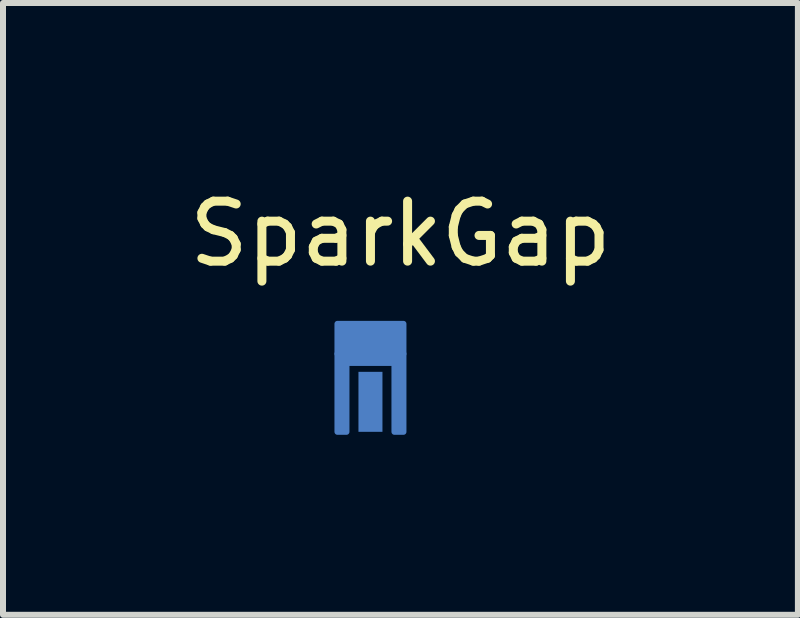
<source format=kicad_pcb>
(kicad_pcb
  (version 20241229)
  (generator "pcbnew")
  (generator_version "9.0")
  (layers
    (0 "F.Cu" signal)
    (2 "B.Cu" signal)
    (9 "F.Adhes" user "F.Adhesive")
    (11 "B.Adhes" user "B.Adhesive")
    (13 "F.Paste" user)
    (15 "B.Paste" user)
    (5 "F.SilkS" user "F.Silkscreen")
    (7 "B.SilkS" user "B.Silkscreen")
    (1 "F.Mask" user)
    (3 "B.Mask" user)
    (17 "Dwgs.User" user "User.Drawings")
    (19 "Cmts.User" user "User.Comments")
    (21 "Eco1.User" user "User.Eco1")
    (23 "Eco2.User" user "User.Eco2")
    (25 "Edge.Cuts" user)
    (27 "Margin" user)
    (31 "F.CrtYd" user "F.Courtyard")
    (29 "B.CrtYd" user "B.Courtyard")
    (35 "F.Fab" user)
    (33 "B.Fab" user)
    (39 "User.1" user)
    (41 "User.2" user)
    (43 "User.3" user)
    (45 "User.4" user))
  (footprint "SparkGap"
    (layer "F.Cu")
    (at 3.125 2.848)
    (property "Reference" "SparkGap" (at 0.5 -2 0) (layer "F.SilkS") (effects (font (size 1 1) (thickness 0.15))))
    (attr through_hole)
    (fp_poly (pts (xy -0.4 1.3) (xy -0.55 1.3) (xy -0.55 0) (xy -0.4 0)) (stroke (width 0.1) (type solid)) (fill yes) (layer "B.Cu"))
    (fp_poly (pts (xy 0.457 0.152) (xy -0.406 0.152) (xy -0.406 -0.051) (xy 0.457 -0.051)) (stroke (width 0.1) (type solid)) (fill yes) (layer "B.Cu"))
    (fp_poly (pts (xy 0.55 0) (xy -0.55 0) (xy -0.55 -0.5) (xy 0.55 -0.5)) (stroke (width 0.1) (type solid)) (fill yes) (layer "B.Cu"))
    (fp_poly (pts (xy 0.55 1.3) (xy 0.4 1.3) (xy 0.4 0) (xy 0.55 0)) (stroke (width 0.1) (type solid)) (fill yes) (layer "B.Cu"))
    (fp_poly (pts (xy 0.457 1.27) (xy -0.457 1.27) (xy -0.457 0.051) (xy 0.457 0.051)) (stroke (width 0.1) (type solid)) (fill yes) (layer "B.Mask"))
    (pad "1" smd rect (at 0 0.8) (size 0.4 1) (layers "B.Cu" "B.Mask"))
    (pad "2" smd rect (at 0 -0.203) (size 0.4 0.3) (layers "B.Cu")))
  (gr_rect
    (start -3 -3)
    (end 10.25 7.198)
    (stroke (width 0.1) (type default))
    (fill no)
    (layer "Edge.Cuts")))
</source>
